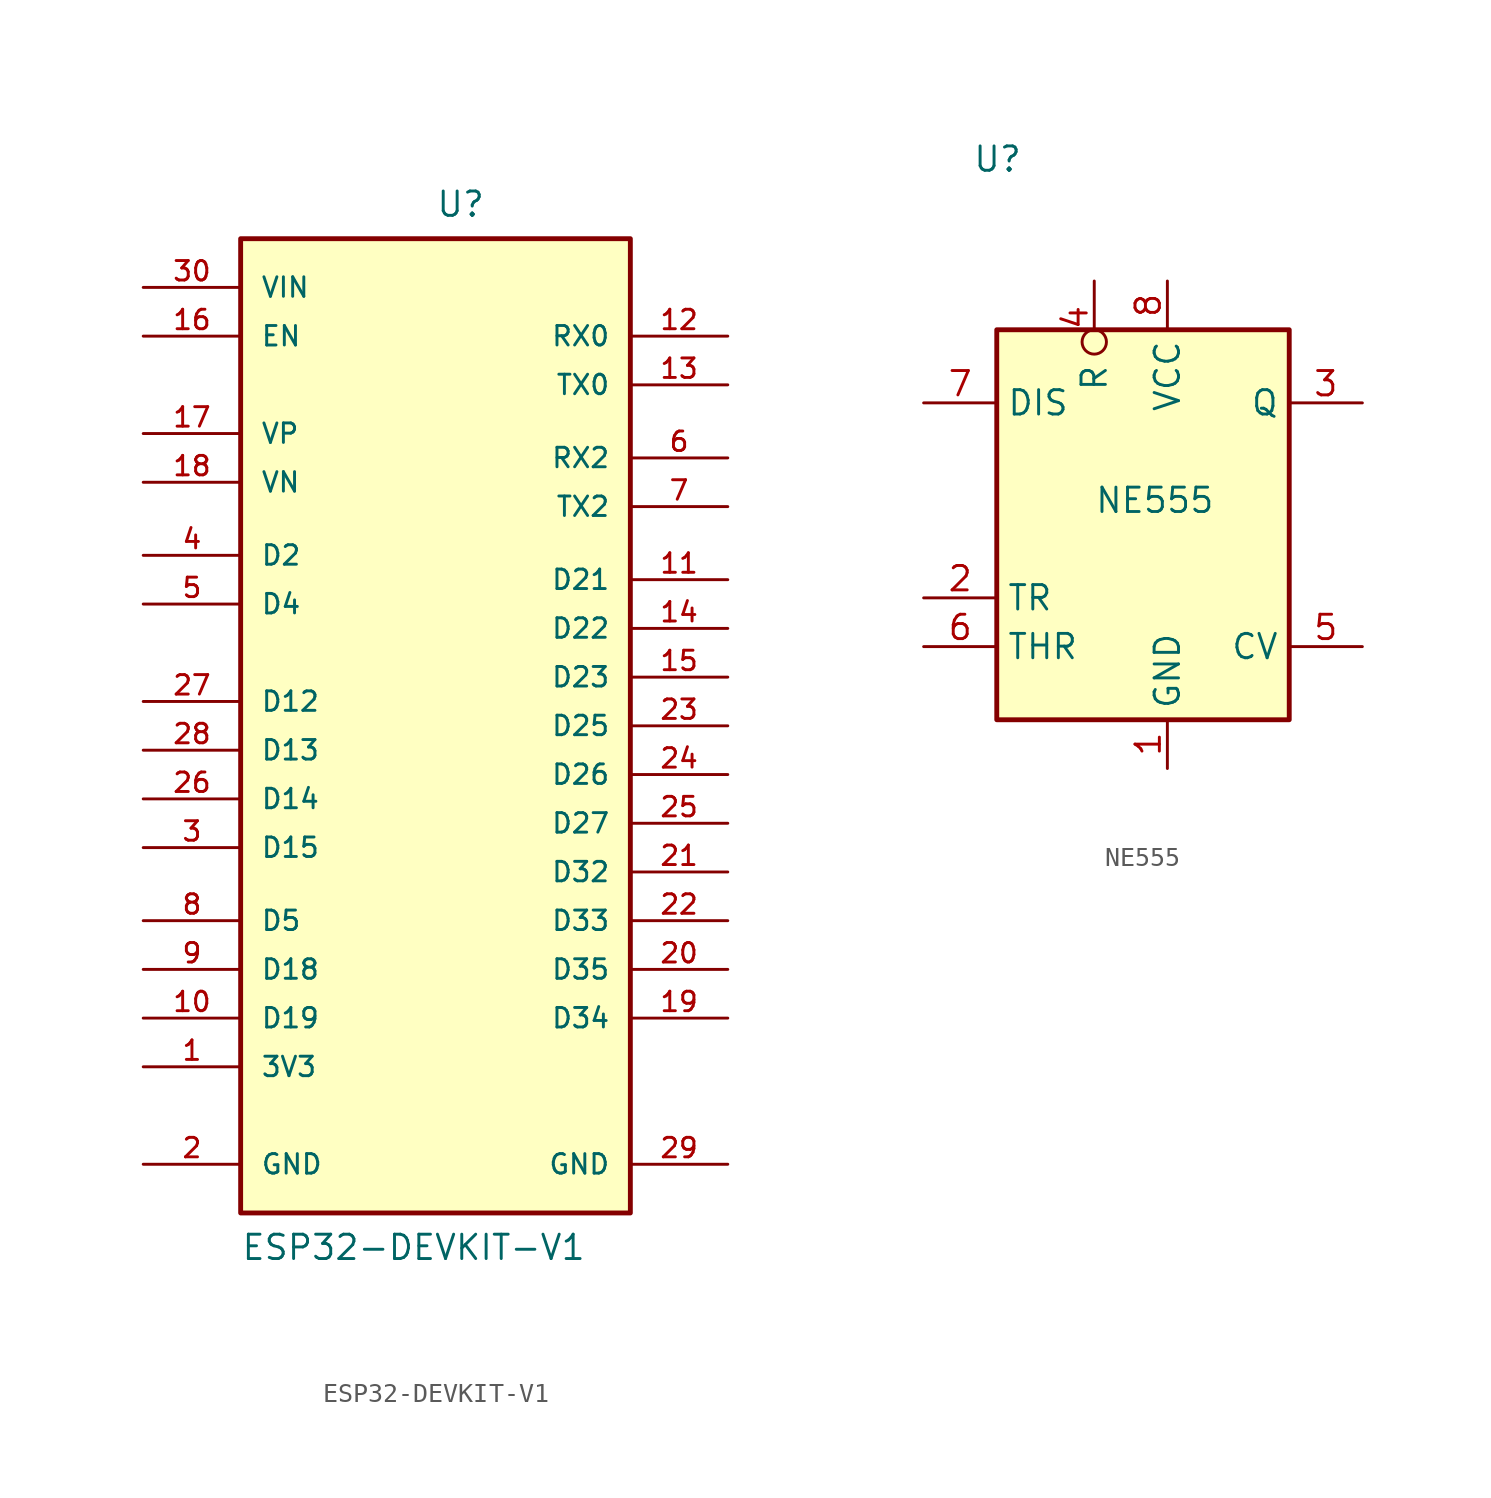
<source format=kicad_sym>
(kicad_symbol_lib
  (version 20220914)
  (generator kicad_symbol_editor)
  (symbol "ESP32-DEVKIT-V1"
    (pin_names
      (offset 1.016))
    (property "Reference" "U"
      (at 0 25.4 0)
      (effects (font (size 1.27 1.27)) (justify left top)))
    (property "Value" "ESP32-DEVKIT-V1"
      (at -10.16 -30.48 0)
      (effects (font (size 1.27 1.27)) (justify left bottom)))
    (symbol "ESP32-DEVKIT-V1_0_0"
      (rectangle (start -10.16 22.86) (end 10.16 -27.94) (stroke (width 0.254) (type default)) (fill (type background)))
      (pin bidirectional line (at -15.24 -17.78 0) (length 5.08) (name "D19" (effects (font (size 1.016 1.016)))) (number "10" (effects (font (size 1.016 1.016)))))
      (pin bidirectional line (at 15.24 5.08 180) (length 5.08) (name "D21" (effects (font (size 1.016 1.016)))) (number "11" (effects (font (size 1.016 1.016)))))
      (pin input line (at 15.24 17.78 180) (length 5.08) (name "RX0" (effects (font (size 1.016 1.016)))) (number "12" (effects (font (size 1.016 1.016)))))
      (pin output line (at 15.24 15.24 180) (length 5.08) (name "TX0" (effects (font (size 1.016 1.016)))) (number "13" (effects (font (size 1.016 1.016)))))
      (pin bidirectional line (at 15.24 2.54 180) (length 5.08) (name "D22" (effects (font (size 1.016 1.016)))) (number "14" (effects (font (size 1.016 1.016)))))
      (pin bidirectional line (at 15.24 0 180) (length 5.08) (name "D23" (effects (font (size 1.016 1.016)))) (number "15" (effects (font (size 1.016 1.016)))))
      (pin input line (at -15.24 17.78 0) (length 5.08) (name "EN" (effects (font (size 1.016 1.016)))) (number "16" (effects (font (size 1.016 1.016)))))
      (pin bidirectional line (at -15.24 12.7 0) (length 5.08) (name "VP" (effects (font (size 1.016 1.016)))) (number "17" (effects (font (size 1.016 1.016)))))
      (pin bidirectional line (at -15.24 10.16 0) (length 5.08) (name "VN" (effects (font (size 1.016 1.016)))) (number "18" (effects (font (size 1.016 1.016)))))
      (pin bidirectional line (at 15.24 -17.78 180) (length 5.08) (name "D34" (effects (font (size 1.016 1.016)))) (number "19" (effects (font (size 1.016 1.016)))))
      (pin power_in line (at -15.24 -25.4 0) (length 5.08) (name "GND" (effects (font (size 1.016 1.016)))) (number "2" (effects (font (size 1.016 1.016)))))
      (pin bidirectional line (at 15.24 -15.24 180) (length 5.08) (name "D35" (effects (font (size 1.016 1.016)))) (number "20" (effects (font (size 1.016 1.016)))))
      (pin bidirectional line (at 15.24 -10.16 180) (length 5.08) (name "D32" (effects (font (size 1.016 1.016)))) (number "21" (effects (font (size 1.016 1.016)))))
      (pin bidirectional line (at 15.24 -12.7 180) (length 5.08) (name "D33" (effects (font (size 1.016 1.016)))) (number "22" (effects (font (size 1.016 1.016)))))
      (pin bidirectional line (at 15.24 -2.54 180) (length 5.08) (name "D25" (effects (font (size 1.016 1.016)))) (number "23" (effects (font (size 1.016 1.016)))))
      (pin bidirectional line (at 15.24 -5.08 180) (length 5.08) (name "D26" (effects (font (size 1.016 1.016)))) (number "24" (effects (font (size 1.016 1.016)))))
      (pin bidirectional line (at 15.24 -7.62 180) (length 5.08) (name "D27" (effects (font (size 1.016 1.016)))) (number "25" (effects (font (size 1.016 1.016)))))
      (pin bidirectional line (at -15.24 -6.35 0) (length 5.08) (name "D14" (effects (font (size 1.016 1.016)))) (number "26" (effects (font (size 1.016 1.016)))))
      (pin bidirectional line (at -15.24 -1.27 0) (length 5.08) (name "D12" (effects (font (size 1.016 1.016)))) (number "27" (effects (font (size 1.016 1.016)))))
      (pin bidirectional line (at -15.24 -3.81 0) (length 5.08) (name "D13" (effects (font (size 1.016 1.016)))) (number "28" (effects (font (size 1.016 1.016)))))
      (pin power_in line (at 15.24 -25.4 180) (length 5.08) (name "GND" (effects (font (size 1.016 1.016)))) (number "29" (effects (font (size 1.016 1.016)))))
      (pin bidirectional line (at -15.24 -8.89 0) (length 5.08) (name "D15" (effects (font (size 1.016 1.016)))) (number "3" (effects (font (size 1.016 1.016)))))
      (pin input line (at -15.24 20.32 0) (length 5.08) (name "VIN" (effects (font (size 1.016 1.016)))) (number "30" (effects (font (size 1.016 1.016)))))
      (pin bidirectional line (at -15.24 6.35 0) (length 5.08) (name "D2" (effects (font (size 1.016 1.016)))) (number "4" (effects (font (size 1.016 1.016)))))
      (pin bidirectional line (at -15.24 3.81 0) (length 5.08) (name "D4" (effects (font (size 1.016 1.016)))) (number "5" (effects (font (size 1.016 1.016)))))
      (pin input line (at 15.24 11.43 180) (length 5.08) (name "RX2" (effects (font (size 1.016 1.016)))) (number "6" (effects (font (size 1.016 1.016)))))
      (pin output line (at 15.24 8.89 180) (length 5.08) (name "TX2" (effects (font (size 1.016 1.016)))) (number "7" (effects (font (size 1.016 1.016)))))
      (pin bidirectional line (at -15.24 -12.7 0) (length 5.08) (name "D5" (effects (font (size 1.016 1.016)))) (number "8" (effects (font (size 1.016 1.016)))))
      (pin bidirectional line (at -15.24 -15.24 0) (length 5.08) (name "D18" (effects (font (size 1.016 1.016)))) (number "9" (effects (font (size 1.016 1.016))))))
    (symbol "ESP32-DEVKIT-V1_1_0"
      (pin power_out line (at -15.24 -20.32 0) (length 5.08) (name "3V3" (effects (font (size 1.016 1.016)))) (number "1" (effects (font (size 1.016 1.016)))))))
  (symbol "NE555"
    (property "Reference" "U"
      (at -10.16 8.89 0)
      (effects (font (size 1.27 1.27)) (justify left)))
    (property "Value" "NE555"
      (at -3.81 -8.89 0)
      (effects (font (size 1.27 1.27)) (justify left)))
    (symbol "NE555_0_0"
      (pin power_in line (at 0 -22.86 90) (length 2.54) (name "GND" (effects (font (size 1.27 1.27)))) (number "1" (effects (font (size 1.27 1.27)))))
      (pin power_in line (at 0 2.54 270) (length 2.54) (name "VCC" (effects (font (size 1.27 1.27)))) (number "8" (effects (font (size 1.27 1.27))))))
    (symbol "NE555_0_1"
      (rectangle (start -8.89 0) (end 6.35 -20.32) (stroke (width 0.254) (type default)) (fill (type background))))
    (symbol "NE555_1_1"
      (pin input line (at -12.7 -13.97 0) (length 3.81) (name "TR" (effects (font (size 1.27 1.27)))) (number "2" (effects (font (size 1.27 1.27)))))
      (pin output line (at 10.16 -3.81 180) (length 3.81) (name "Q" (effects (font (size 1.27 1.27)))) (number "3" (effects (font (size 1.27 1.27)))))
      (pin input inverted (at -3.81 2.54 270) (length 3.81) (name "R" (effects (font (size 1.27 1.27)))) (number "4" (effects (font (size 1.27 1.27)))))
      (pin input line (at 10.16 -16.51 180) (length 3.81) (name "CV" (effects (font (size 1.27 1.27)))) (number "5" (effects (font (size 1.27 1.27)))))
      (pin input line (at -12.7 -16.51 0) (length 3.81) (name "THR" (effects (font (size 1.27 1.27)))) (number "6" (effects (font (size 1.27 1.27)))))
      (pin input line (at -12.7 -3.81 0) (length 3.81) (name "DIS" (effects (font (size 1.27 1.27)))) (number "7" (effects (font (size 1.27 1.27))))))))
</source>
